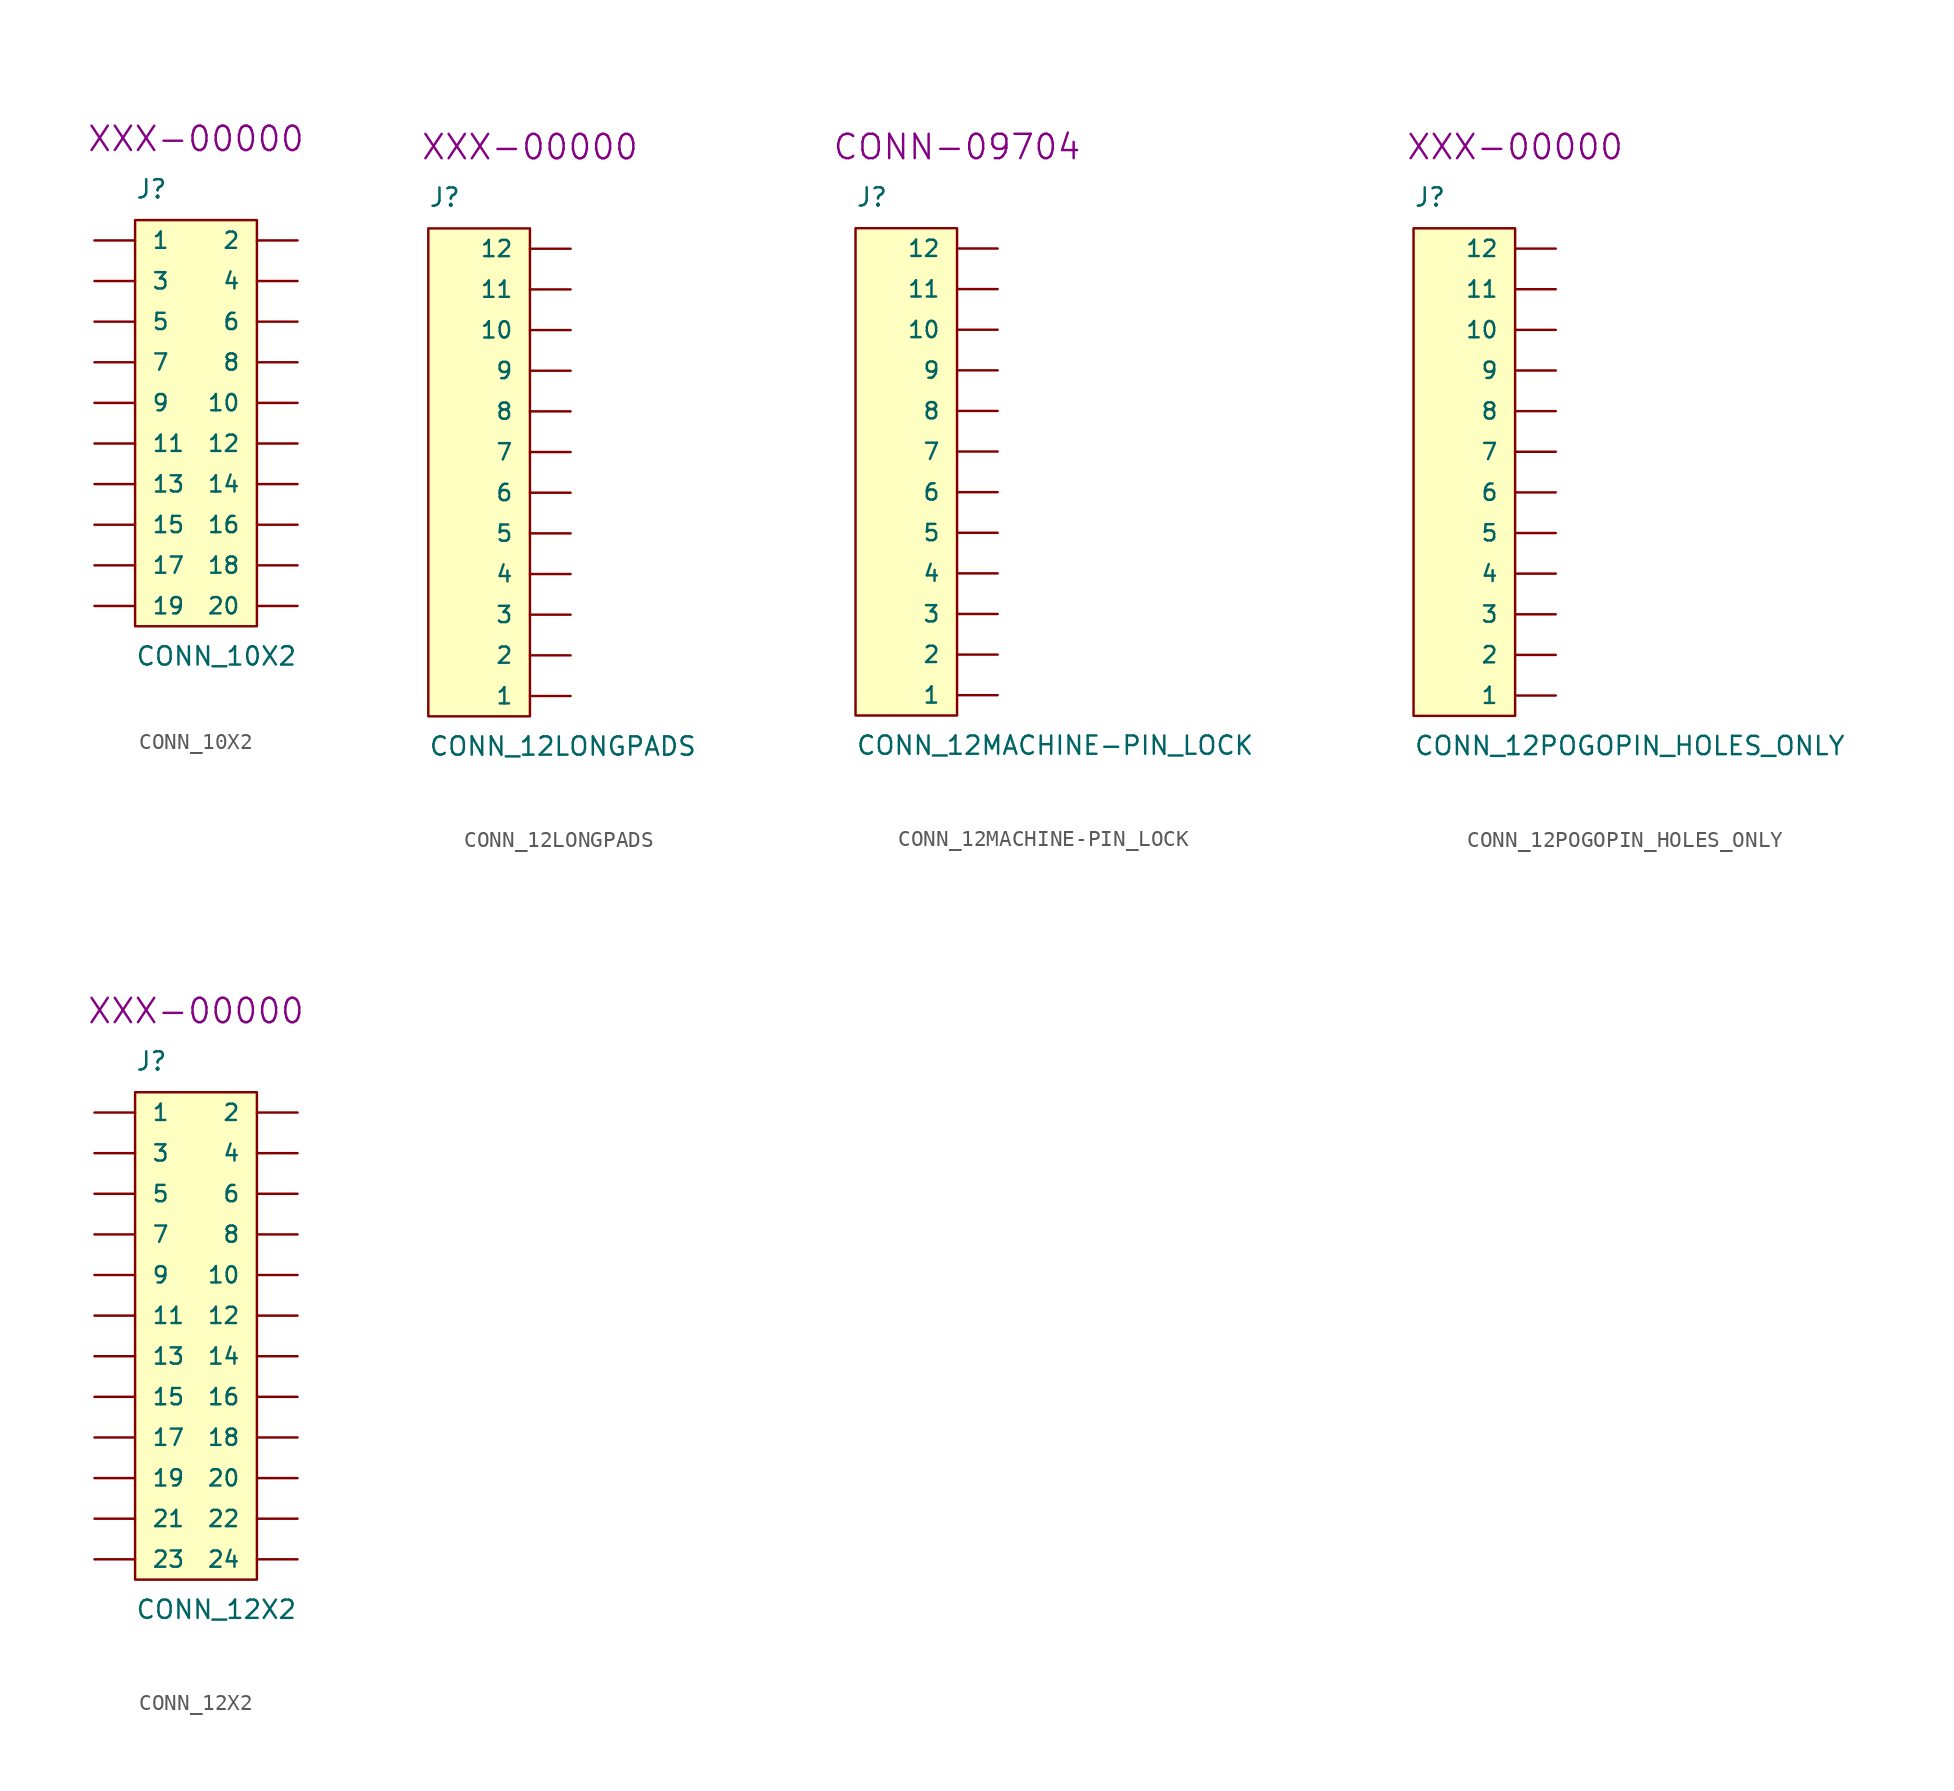
<source format=kicad_sym>
(kicad_symbol_lib
  (version 20220914)
  (generator kicad_symbol_editor)
  (symbol "CONN_10X2"
    (pin_numbers hide)
    (pin_names
      (offset 1.016))
    (property "Reference" "J"
      (at -3.81 13.97 0)
      (effects (font (size 1.143 1.143)) (justify left bottom)))
    (property "Value" "CONN_10X2"
      (at -3.81 -15.24 0)
      (effects (font (size 1.143 1.143)) (justify left bottom)))
    (property "Field4" "XXX-00000"
      (at 0 17.78 0)
      (effects (font (size 1.524 1.524))))
    (property "ki_locked" ""
      (at 0 0 0)
      (effects (font (size 1.27 1.27))))
    (symbol "CONN_10X2_0_1"
      (rectangle (start 3.81 -12.7) (end -3.81 12.7) (stroke (width 0) (type solid)) (fill (type background))))
    (symbol "CONN_10X2_1_1"
      (pin passive line (at -6.35 11.43 0) (length 2.54) (name "1" (effects (font (size 1.016 1.016)))) (number "1" (effects (font (size 1.016 1.016)))))
      (pin passive line (at 6.35 1.27 180) (length 2.54) (name "10" (effects (font (size 1.016 1.016)))) (number "10" (effects (font (size 1.016 1.016)))))
      (pin passive line (at -6.35 -1.27 0) (length 2.54) (name "11" (effects (font (size 1.016 1.016)))) (number "11" (effects (font (size 1.016 1.016)))))
      (pin passive line (at 6.35 -1.27 180) (length 2.54) (name "12" (effects (font (size 1.016 1.016)))) (number "12" (effects (font (size 1.016 1.016)))))
      (pin passive line (at -6.35 -3.81 0) (length 2.54) (name "13" (effects (font (size 1.016 1.016)))) (number "13" (effects (font (size 1.016 1.016)))))
      (pin passive line (at 6.35 -3.81 180) (length 2.54) (name "14" (effects (font (size 1.016 1.016)))) (number "14" (effects (font (size 1.016 1.016)))))
      (pin passive line (at -6.35 -6.35 0) (length 2.54) (name "15" (effects (font (size 1.016 1.016)))) (number "15" (effects (font (size 1.016 1.016)))))
      (pin passive line (at 6.35 -6.35 180) (length 2.54) (name "16" (effects (font (size 1.016 1.016)))) (number "16" (effects (font (size 1.016 1.016)))))
      (pin passive line (at -6.35 -8.89 0) (length 2.54) (name "17" (effects (font (size 1.016 1.016)))) (number "17" (effects (font (size 1.016 1.016)))))
      (pin passive line (at 6.35 -8.89 180) (length 2.54) (name "18" (effects (font (size 1.016 1.016)))) (number "18" (effects (font (size 1.016 1.016)))))
      (pin passive line (at -6.35 -11.43 0) (length 2.54) (name "19" (effects (font (size 1.016 1.016)))) (number "19" (effects (font (size 1.016 1.016)))))
      (pin passive line (at 6.35 11.43 180) (length 2.54) (name "2" (effects (font (size 1.016 1.016)))) (number "2" (effects (font (size 1.016 1.016)))))
      (pin passive line (at 6.35 -11.43 180) (length 2.54) (name "20" (effects (font (size 1.016 1.016)))) (number "20" (effects (font (size 1.016 1.016)))))
      (pin passive line (at -6.35 8.89 0) (length 2.54) (name "3" (effects (font (size 1.016 1.016)))) (number "3" (effects (font (size 1.016 1.016)))))
      (pin passive line (at 6.35 8.89 180) (length 2.54) (name "4" (effects (font (size 1.016 1.016)))) (number "4" (effects (font (size 1.016 1.016)))))
      (pin passive line (at -6.35 6.35 0) (length 2.54) (name "5" (effects (font (size 1.016 1.016)))) (number "5" (effects (font (size 1.016 1.016)))))
      (pin passive line (at 6.35 6.35 180) (length 2.54) (name "6" (effects (font (size 1.016 1.016)))) (number "6" (effects (font (size 1.016 1.016)))))
      (pin passive line (at -6.35 3.81 0) (length 2.54) (name "7" (effects (font (size 1.016 1.016)))) (number "7" (effects (font (size 1.016 1.016)))))
      (pin passive line (at 6.35 3.81 180) (length 2.54) (name "8" (effects (font (size 1.016 1.016)))) (number "8" (effects (font (size 1.016 1.016)))))
      (pin passive line (at -6.35 1.27 0) (length 2.54) (name "9" (effects (font (size 1.016 1.016)))) (number "9" (effects (font (size 1.016 1.016)))))))
  (symbol "CONN_12LONGPADS"
    (pin_numbers hide)
    (pin_names
      (offset 1.016))
    (property "Reference" "J"
      (at -6.35 30.48 0)
      (effects (font (size 1.143 1.143)) (justify left bottom)))
    (property "Value" "CONN_12LONGPADS"
      (at -6.35 -3.81 0)
      (effects (font (size 1.143 1.143)) (justify left bottom)))
    (property "Field4" "XXX-00000"
      (at 0 34.29 0)
      (effects (font (size 1.524 1.524))))
    (property "ki_locked" ""
      (at 0 0 0)
      (effects (font (size 1.27 1.27))))
    (symbol "CONN_12LONGPADS_0_1"
      (rectangle (start 0 -1.27) (end -6.35 29.21) (stroke (width 0) (type solid)) (fill (type background))))
    (symbol "CONN_12LONGPADS_1_1"
      (pin passive line (at 2.54 0 180) (length 2.54) (name "1" (effects (font (size 1.016 1.016)))) (number "1" (effects (font (size 1.016 1.016)))))
      (pin passive line (at 2.54 22.86 180) (length 2.54) (name "10" (effects (font (size 1.016 1.016)))) (number "10" (effects (font (size 1.016 1.016)))))
      (pin passive line (at 2.54 25.4 180) (length 2.54) (name "11" (effects (font (size 1.016 1.016)))) (number "11" (effects (font (size 1.016 1.016)))))
      (pin passive line (at 2.54 27.94 180) (length 2.54) (name "12" (effects (font (size 1.016 1.016)))) (number "12" (effects (font (size 1.016 1.016)))))
      (pin passive line (at 2.54 2.54 180) (length 2.54) (name "2" (effects (font (size 1.016 1.016)))) (number "2" (effects (font (size 1.016 1.016)))))
      (pin passive line (at 2.54 5.08 180) (length 2.54) (name "3" (effects (font (size 1.016 1.016)))) (number "3" (effects (font (size 1.016 1.016)))))
      (pin passive line (at 2.54 7.62 180) (length 2.54) (name "4" (effects (font (size 1.016 1.016)))) (number "4" (effects (font (size 1.016 1.016)))))
      (pin passive line (at 2.54 10.16 180) (length 2.54) (name "5" (effects (font (size 1.016 1.016)))) (number "5" (effects (font (size 1.016 1.016)))))
      (pin passive line (at 2.54 12.7 180) (length 2.54) (name "6" (effects (font (size 1.016 1.016)))) (number "6" (effects (font (size 1.016 1.016)))))
      (pin passive line (at 2.54 15.24 180) (length 2.54) (name "7" (effects (font (size 1.016 1.016)))) (number "7" (effects (font (size 1.016 1.016)))))
      (pin passive line (at 2.54 17.78 180) (length 2.54) (name "8" (effects (font (size 1.016 1.016)))) (number "8" (effects (font (size 1.016 1.016)))))
      (pin passive line (at 2.54 20.32 180) (length 2.54) (name "9" (effects (font (size 1.016 1.016)))) (number "9" (effects (font (size 1.016 1.016)))))))
  (symbol "CONN_12MACHINE-PIN_LOCK"
    (pin_numbers hide)
    (pin_names
      (offset 1.016))
    (property "Reference" "J"
      (at -6.35 30.48 0)
      (effects (font (size 1.143 1.143)) (justify left bottom)))
    (property "Value" "CONN_12MACHINE-PIN_LOCK"
      (at -6.35 -3.81 0)
      (effects (font (size 1.143 1.143)) (justify left bottom)))
    (property "Field4" "CONN-09704"
      (at 0 34.29 0)
      (effects (font (size 1.524 1.524))))
    (property "ki_locked" ""
      (at 0 0 0)
      (effects (font (size 1.27 1.27))))
    (symbol "CONN_12MACHINE-PIN_LOCK_0_1"
      (rectangle (start 0 -1.27) (end -6.35 29.21) (stroke (width 0) (type solid)) (fill (type background))))
    (symbol "CONN_12MACHINE-PIN_LOCK_1_1"
      (pin passive line (at 2.54 0 180) (length 2.54) (name "1" (effects (font (size 1.016 1.016)))) (number "1" (effects (font (size 1.016 1.016)))))
      (pin passive line (at 2.54 22.86 180) (length 2.54) (name "10" (effects (font (size 1.016 1.016)))) (number "10" (effects (font (size 1.016 1.016)))))
      (pin passive line (at 2.54 25.4 180) (length 2.54) (name "11" (effects (font (size 1.016 1.016)))) (number "11" (effects (font (size 1.016 1.016)))))
      (pin passive line (at 2.54 27.94 180) (length 2.54) (name "12" (effects (font (size 1.016 1.016)))) (number "12" (effects (font (size 1.016 1.016)))))
      (pin passive line (at 2.54 2.54 180) (length 2.54) (name "2" (effects (font (size 1.016 1.016)))) (number "2" (effects (font (size 1.016 1.016)))))
      (pin passive line (at 2.54 5.08 180) (length 2.54) (name "3" (effects (font (size 1.016 1.016)))) (number "3" (effects (font (size 1.016 1.016)))))
      (pin passive line (at 2.54 7.62 180) (length 2.54) (name "4" (effects (font (size 1.016 1.016)))) (number "4" (effects (font (size 1.016 1.016)))))
      (pin passive line (at 2.54 10.16 180) (length 2.54) (name "5" (effects (font (size 1.016 1.016)))) (number "5" (effects (font (size 1.016 1.016)))))
      (pin passive line (at 2.54 12.7 180) (length 2.54) (name "6" (effects (font (size 1.016 1.016)))) (number "6" (effects (font (size 1.016 1.016)))))
      (pin passive line (at 2.54 15.24 180) (length 2.54) (name "7" (effects (font (size 1.016 1.016)))) (number "7" (effects (font (size 1.016 1.016)))))
      (pin passive line (at 2.54 17.78 180) (length 2.54) (name "8" (effects (font (size 1.016 1.016)))) (number "8" (effects (font (size 1.016 1.016)))))
      (pin passive line (at 2.54 20.32 180) (length 2.54) (name "9" (effects (font (size 1.016 1.016)))) (number "9" (effects (font (size 1.016 1.016)))))))
  (symbol "CONN_12POGOPIN_HOLES_ONLY"
    (pin_numbers hide)
    (pin_names
      (offset 1.016))
    (property "Reference" "J"
      (at -6.35 30.48 0)
      (effects (font (size 1.143 1.143)) (justify left bottom)))
    (property "Value" "CONN_12POGOPIN_HOLES_ONLY"
      (at -6.35 -3.81 0)
      (effects (font (size 1.143 1.143)) (justify left bottom)))
    (property "Field4" "XXX-00000"
      (at 0 34.29 0)
      (effects (font (size 1.524 1.524))))
    (property "ki_locked" ""
      (at 0 0 0)
      (effects (font (size 1.27 1.27))))
    (symbol "CONN_12POGOPIN_HOLES_ONLY_0_1"
      (rectangle (start 0 -1.27) (end -6.35 29.21) (stroke (width 0) (type solid)) (fill (type background))))
    (symbol "CONN_12POGOPIN_HOLES_ONLY_1_1"
      (pin passive line (at 2.54 0 180) (length 2.54) (name "1" (effects (font (size 1.016 1.016)))) (number "1" (effects (font (size 1.016 1.016)))))
      (pin passive line (at 2.54 22.86 180) (length 2.54) (name "10" (effects (font (size 1.016 1.016)))) (number "10" (effects (font (size 1.016 1.016)))))
      (pin passive line (at 2.54 25.4 180) (length 2.54) (name "11" (effects (font (size 1.016 1.016)))) (number "11" (effects (font (size 1.016 1.016)))))
      (pin passive line (at 2.54 27.94 180) (length 2.54) (name "12" (effects (font (size 1.016 1.016)))) (number "12" (effects (font (size 1.016 1.016)))))
      (pin passive line (at 2.54 2.54 180) (length 2.54) (name "2" (effects (font (size 1.016 1.016)))) (number "2" (effects (font (size 1.016 1.016)))))
      (pin passive line (at 2.54 5.08 180) (length 2.54) (name "3" (effects (font (size 1.016 1.016)))) (number "3" (effects (font (size 1.016 1.016)))))
      (pin passive line (at 2.54 7.62 180) (length 2.54) (name "4" (effects (font (size 1.016 1.016)))) (number "4" (effects (font (size 1.016 1.016)))))
      (pin passive line (at 2.54 10.16 180) (length 2.54) (name "5" (effects (font (size 1.016 1.016)))) (number "5" (effects (font (size 1.016 1.016)))))
      (pin passive line (at 2.54 12.7 180) (length 2.54) (name "6" (effects (font (size 1.016 1.016)))) (number "6" (effects (font (size 1.016 1.016)))))
      (pin passive line (at 2.54 15.24 180) (length 2.54) (name "7" (effects (font (size 1.016 1.016)))) (number "7" (effects (font (size 1.016 1.016)))))
      (pin passive line (at 2.54 17.78 180) (length 2.54) (name "8" (effects (font (size 1.016 1.016)))) (number "8" (effects (font (size 1.016 1.016)))))
      (pin passive line (at 2.54 20.32 180) (length 2.54) (name "9" (effects (font (size 1.016 1.016)))) (number "9" (effects (font (size 1.016 1.016)))))))
  (symbol "CONN_12X2"
    (pin_numbers hide)
    (pin_names
      (offset 1.016))
    (property "Reference" "J"
      (at -3.81 16.51 0)
      (effects (font (size 1.143 1.143)) (justify left bottom)))
    (property "Value" "CONN_12X2"
      (at -3.81 -17.78 0)
      (effects (font (size 1.143 1.143)) (justify left bottom)))
    (property "Field4" "XXX-00000"
      (at 0 20.32 0)
      (effects (font (size 1.524 1.524))))
    (property "ki_locked" ""
      (at 0 0 0)
      (effects (font (size 1.27 1.27))))
    (symbol "CONN_12X2_0_1"
      (rectangle (start 3.81 -15.24) (end -3.81 15.24) (stroke (width 0) (type solid)) (fill (type background))))
    (symbol "CONN_12X2_1_1"
      (pin passive line (at -6.35 13.97 0) (length 2.54) (name "1" (effects (font (size 1.016 1.016)))) (number "1" (effects (font (size 1.016 1.016)))))
      (pin passive line (at 6.35 3.81 180) (length 2.54) (name "10" (effects (font (size 1.016 1.016)))) (number "10" (effects (font (size 1.016 1.016)))))
      (pin passive line (at -6.35 1.27 0) (length 2.54) (name "11" (effects (font (size 1.016 1.016)))) (number "11" (effects (font (size 1.016 1.016)))))
      (pin passive line (at 6.35 1.27 180) (length 2.54) (name "12" (effects (font (size 1.016 1.016)))) (number "12" (effects (font (size 1.016 1.016)))))
      (pin passive line (at -6.35 -1.27 0) (length 2.54) (name "13" (effects (font (size 1.016 1.016)))) (number "13" (effects (font (size 1.016 1.016)))))
      (pin passive line (at 6.35 -1.27 180) (length 2.54) (name "14" (effects (font (size 1.016 1.016)))) (number "14" (effects (font (size 1.016 1.016)))))
      (pin passive line (at -6.35 -3.81 0) (length 2.54) (name "15" (effects (font (size 1.016 1.016)))) (number "15" (effects (font (size 1.016 1.016)))))
      (pin passive line (at 6.35 -3.81 180) (length 2.54) (name "16" (effects (font (size 1.016 1.016)))) (number "16" (effects (font (size 1.016 1.016)))))
      (pin passive line (at -6.35 -6.35 0) (length 2.54) (name "17" (effects (font (size 1.016 1.016)))) (number "17" (effects (font (size 1.016 1.016)))))
      (pin passive line (at 6.35 -6.35 180) (length 2.54) (name "18" (effects (font (size 1.016 1.016)))) (number "18" (effects (font (size 1.016 1.016)))))
      (pin passive line (at -6.35 -8.89 0) (length 2.54) (name "19" (effects (font (size 1.016 1.016)))) (number "19" (effects (font (size 1.016 1.016)))))
      (pin passive line (at 6.35 13.97 180) (length 2.54) (name "2" (effects (font (size 1.016 1.016)))) (number "2" (effects (font (size 1.016 1.016)))))
      (pin passive line (at 6.35 -8.89 180) (length 2.54) (name "20" (effects (font (size 1.016 1.016)))) (number "20" (effects (font (size 1.016 1.016)))))
      (pin passive line (at -6.35 -11.43 0) (length 2.54) (name "21" (effects (font (size 1.016 1.016)))) (number "21" (effects (font (size 1.016 1.016)))))
      (pin passive line (at 6.35 -11.43 180) (length 2.54) (name "22" (effects (font (size 1.016 1.016)))) (number "22" (effects (font (size 1.016 1.016)))))
      (pin passive line (at -6.35 -13.97 0) (length 2.54) (name "23" (effects (font (size 1.016 1.016)))) (number "23" (effects (font (size 1.016 1.016)))))
      (pin passive line (at 6.35 -13.97 180) (length 2.54) (name "24" (effects (font (size 1.016 1.016)))) (number "24" (effects (font (size 1.016 1.016)))))
      (pin passive line (at -6.35 11.43 0) (length 2.54) (name "3" (effects (font (size 1.016 1.016)))) (number "3" (effects (font (size 1.016 1.016)))))
      (pin passive line (at 6.35 11.43 180) (length 2.54) (name "4" (effects (font (size 1.016 1.016)))) (number "4" (effects (font (size 1.016 1.016)))))
      (pin passive line (at -6.35 8.89 0) (length 2.54) (name "5" (effects (font (size 1.016 1.016)))) (number "5" (effects (font (size 1.016 1.016)))))
      (pin passive line (at 6.35 8.89 180) (length 2.54) (name "6" (effects (font (size 1.016 1.016)))) (number "6" (effects (font (size 1.016 1.016)))))
      (pin passive line (at -6.35 6.35 0) (length 2.54) (name "7" (effects (font (size 1.016 1.016)))) (number "7" (effects (font (size 1.016 1.016)))))
      (pin passive line (at 6.35 6.35 180) (length 2.54) (name "8" (effects (font (size 1.016 1.016)))) (number "8" (effects (font (size 1.016 1.016)))))
      (pin passive line (at -6.35 3.81 0) (length 2.54) (name "9" (effects (font (size 1.016 1.016)))) (number "9" (effects (font (size 1.016 1.016))))))))
</source>
